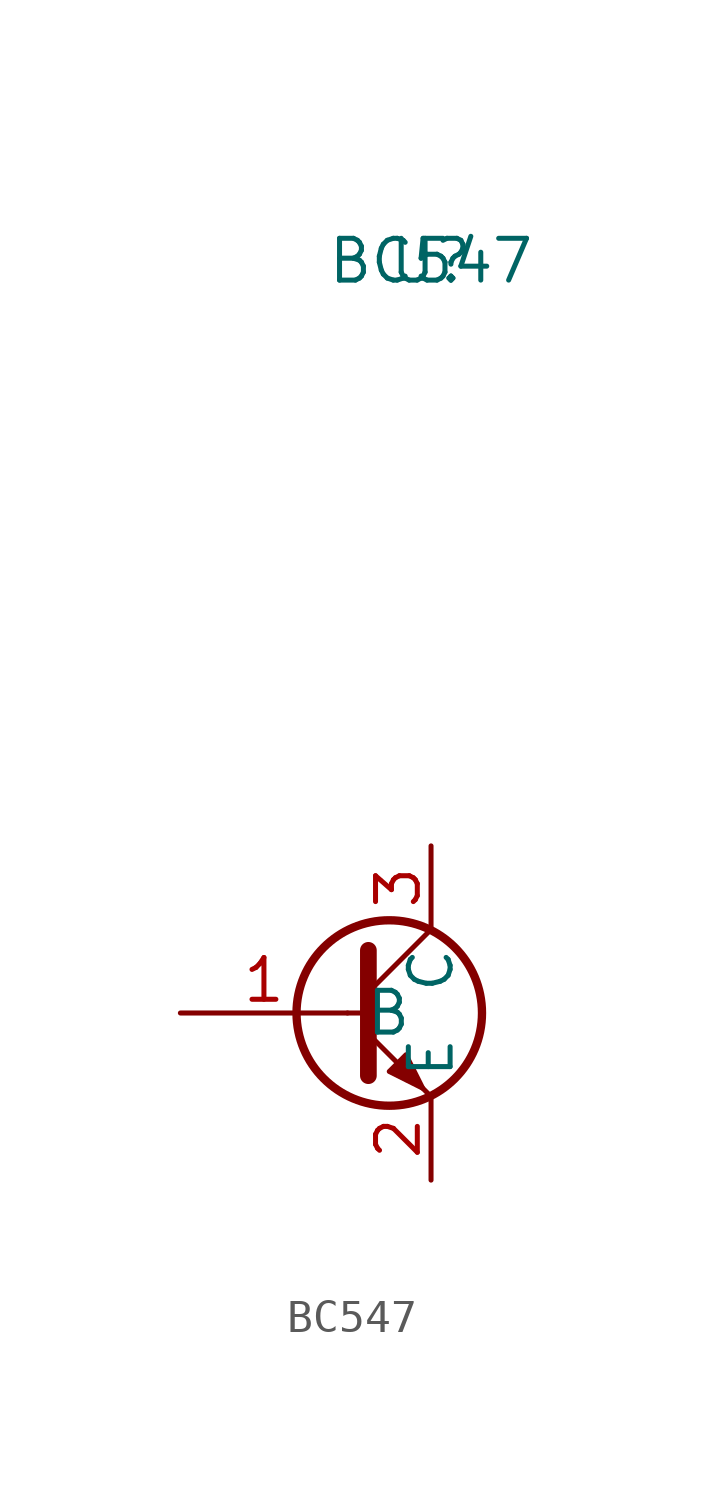
<source format=kicad_sym>
(kicad_symbol_lib
  (version 20211014)
  (generator kicad_symbol_editor)
  (symbol "BC547"
    (property "Reference" "U"
      (at 0 22.86 0)
      (effects (font (size 1.27 1.27))))
    (property "Value" "BC547"
      (at 0 22.86 0)
      (effects (font (size 1.27 1.27))))
    (symbol "BC547_0_1"
      (circle (center -1.27 0) (radius 2.819) (stroke (width 0.254) (type default) (color 0 0 0 0)) (fill (type none)))
      (polyline (pts (xy -2.54 0) (xy -1.905 0)) (stroke (width 0) (type default) (color 0 0 0 0)) (fill (type none)))
      (polyline (pts (xy -1.905 0.635) (xy 0 2.54)) (stroke (width 0) (type default) (color 0 0 0 0)) (fill (type none)))
      (polyline (pts (xy -1.905 -0.635) (xy 0 -2.54) (xy 0 -2.54)) (stroke (width 0) (type default) (color 0 0 0 0)) (fill (type none)))
      (polyline (pts (xy -1.905 1.905) (xy -1.905 -1.905) (xy -1.905 -1.905)) (stroke (width 0.508) (type default) (color 0 0 0 0)) (fill (type none)))
      (polyline (pts (xy -1.27 -1.778) (xy -0.762 -1.27) (xy -0.254 -2.286) (xy -1.27 -1.778) (xy -1.27 -1.778)) (stroke (width 0) (type default) (color 0 0 0 0)) (fill (type outline))))
    (symbol "BC547_1_1"
      (pin input line (at -7.62 0 0) (length 5.08) (name "B" (effects (font (size 1.27 1.27)))) (number "1" (effects (font (size 1.27 1.27)))))
      (pin passive line (at 0 -5.08 90) (length 2.54) (name "E" (effects (font (size 1.27 1.27)))) (number "2" (effects (font (size 1.27 1.27)))))
      (pin passive line (at 0 5.08 270) (length 2.54) (name "C" (effects (font (size 1.27 1.27)))) (number "3" (effects (font (size 1.27 1.27))))))))
</source>
